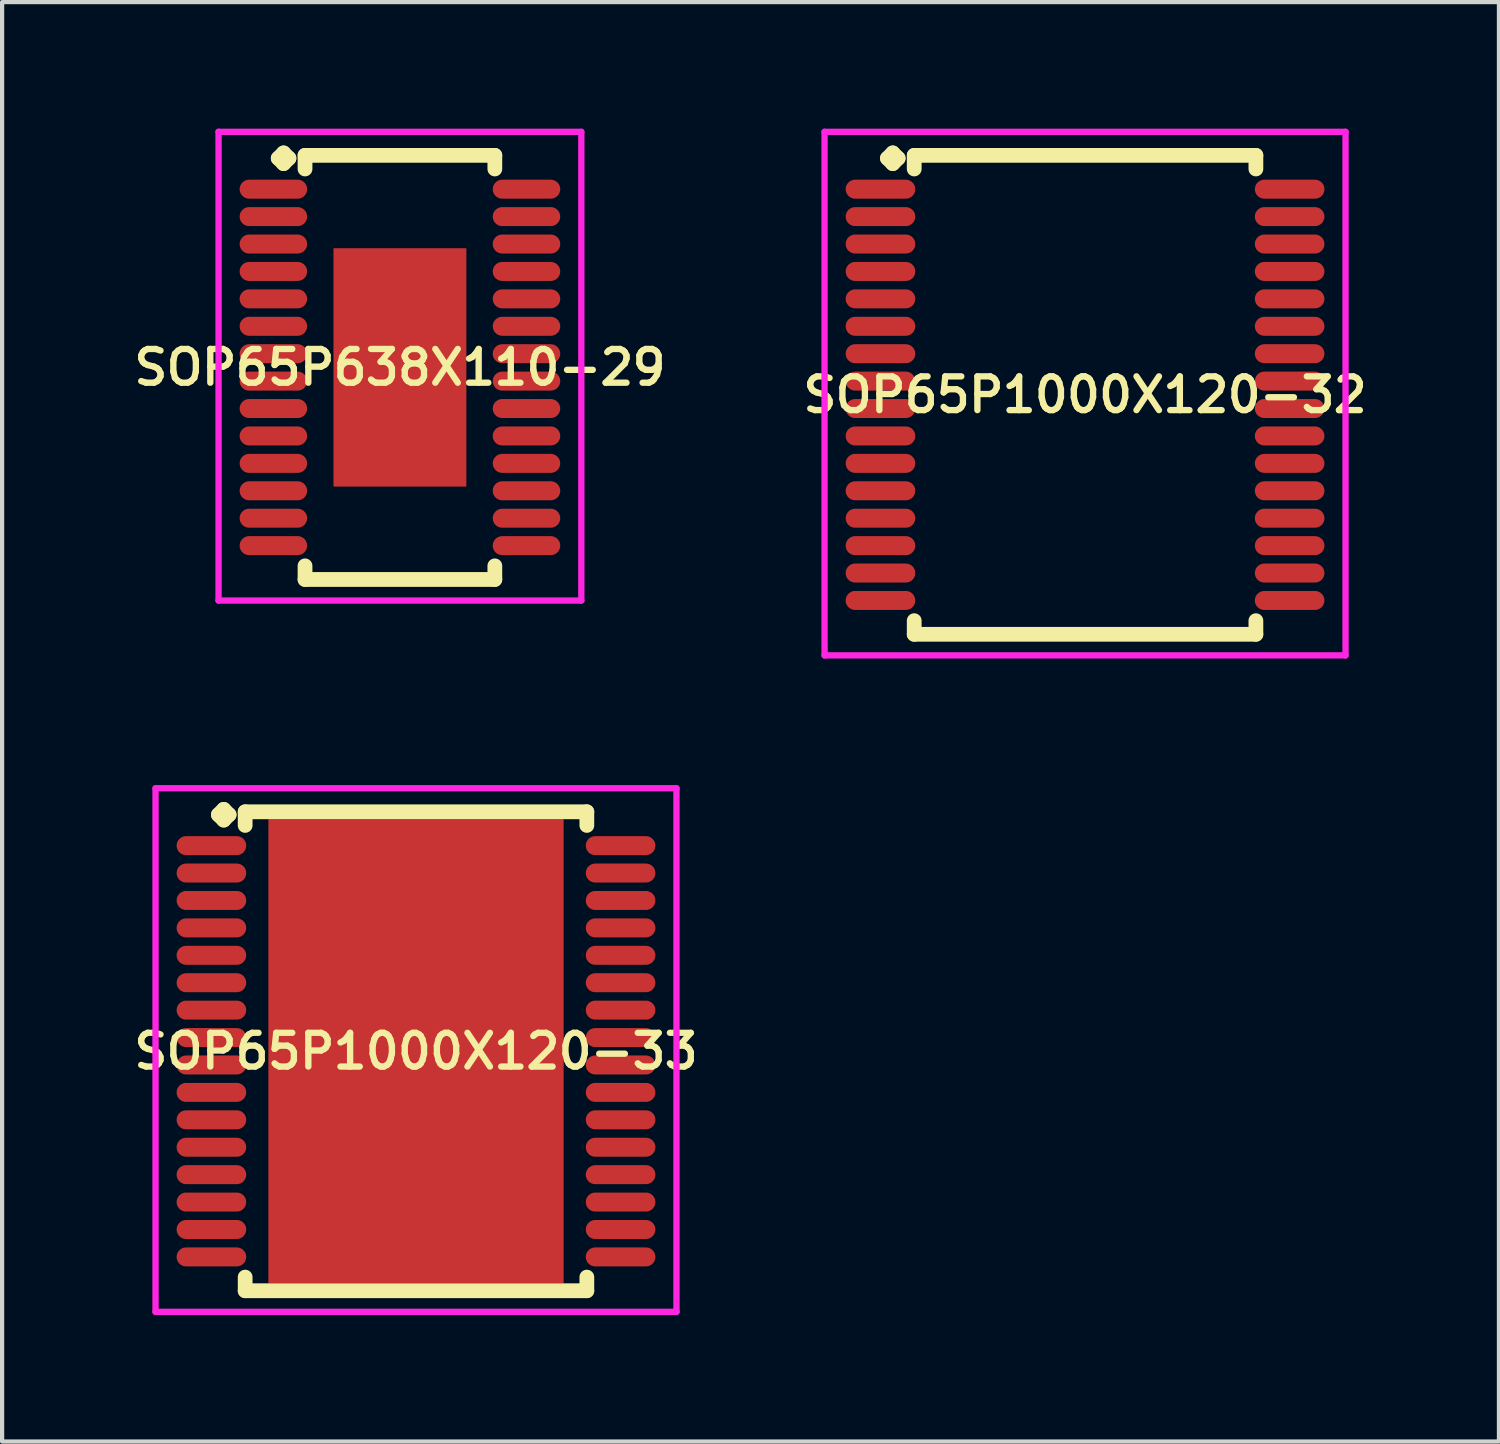
<source format=kicad_pcb>
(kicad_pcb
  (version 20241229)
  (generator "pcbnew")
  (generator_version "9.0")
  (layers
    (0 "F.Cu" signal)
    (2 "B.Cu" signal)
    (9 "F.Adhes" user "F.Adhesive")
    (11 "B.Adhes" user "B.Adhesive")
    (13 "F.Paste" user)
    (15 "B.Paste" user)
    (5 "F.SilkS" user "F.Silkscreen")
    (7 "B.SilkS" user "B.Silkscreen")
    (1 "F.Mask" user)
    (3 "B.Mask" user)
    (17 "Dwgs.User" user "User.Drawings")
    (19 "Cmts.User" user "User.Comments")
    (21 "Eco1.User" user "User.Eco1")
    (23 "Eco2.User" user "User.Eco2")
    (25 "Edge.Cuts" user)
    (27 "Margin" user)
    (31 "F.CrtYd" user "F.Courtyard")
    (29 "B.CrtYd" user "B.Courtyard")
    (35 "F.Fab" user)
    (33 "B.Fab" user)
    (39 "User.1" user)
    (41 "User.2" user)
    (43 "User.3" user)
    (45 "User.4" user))
  (footprint "SOP65P1000X120-33"
    (layer "F.Cu")
    (at 6.812 21.872)
    (property "Reference" "SOP65P1000X120-33" (at 0 0 0) (layer "F.SilkS") (effects (font (size 0.8 0.8) (thickness 0.15))))
    (attr smd)
    (fp_line (start -4.685 -5.608) (end -4.558 -5.735) (stroke (width 0.35) (type solid)) (layer "F.SilkS"))
    (fp_line (start -4.558 -5.735) (end -4.431 -5.608) (stroke (width 0.35) (type solid)) (layer "F.SilkS"))
    (fp_line (start -4.558 -5.481) (end -4.685 -5.608) (stroke (width 0.35) (type solid)) (layer "F.SilkS"))
    (fp_line (start -4.431 -5.608) (end -4.558 -5.481) (stroke (width 0.35) (type solid)) (layer "F.SilkS"))
    (fp_line (start -4.05 -5.677) (end 4.05 -5.677) (stroke (width 0.35) (type solid)) (layer "F.SilkS"))
    (fp_line (start -4.05 -5.354) (end -4.05 -5.677) (stroke (width 0.35) (type solid)) (layer "F.SilkS"))
    (fp_line (start -4.05 5.354) (end -4.05 5.677) (stroke (width 0.35) (type solid)) (layer "F.SilkS"))
    (fp_line (start -4.05 5.677) (end 4.05 5.677) (stroke (width 0.35) (type solid)) (layer "F.SilkS"))
    (fp_line (start 4.05 -5.677) (end 4.05 -5.354) (stroke (width 0.35) (type solid)) (layer "F.SilkS"))
    (fp_line (start 4.05 5.677) (end 4.05 5.354) (stroke (width 0.35) (type solid)) (layer "F.SilkS"))
    (fp_line (start -6.175 -6.235) (end 6.175 -6.235) (stroke (width 0.15) (type solid)) (layer "F.CrtYd"))
    (fp_line (start -6.175 6.177) (end -6.175 -6.235) (stroke (width 0.15) (type solid)) (layer "F.CrtYd"))
    (fp_line (start 6.175 -6.235) (end 6.175 6.177) (stroke (width 0.15) (type solid)) (layer "F.CrtYd"))
    (fp_line (start 6.175 6.177) (end -6.175 6.177) (stroke (width 0.15) (type solid)) (layer "F.CrtYd"))
    (pad "1" smd oval (at -4.85 -4.875) (size 1.65 0.45) (layers "F.Cu" "F.Mask" "F.Paste"))
    (pad "2" smd oval (at -4.85 -4.225) (size 1.65 0.45) (layers "F.Cu" "F.Mask" "F.Paste"))
    (pad "3" smd oval (at -4.85 -3.575) (size 1.65 0.45) (layers "F.Cu" "F.Mask" "F.Paste"))
    (pad "4" smd oval (at -4.85 -2.925) (size 1.65 0.45) (layers "F.Cu" "F.Mask" "F.Paste"))
    (pad "5" smd oval (at -4.85 -2.275) (size 1.65 0.45) (layers "F.Cu" "F.Mask" "F.Paste"))
    (pad "6" smd oval (at -4.85 -1.625) (size 1.65 0.45) (layers "F.Cu" "F.Mask" "F.Paste"))
    (pad "7" smd oval (at -4.85 -0.975) (size 1.65 0.45) (layers "F.Cu" "F.Mask" "F.Paste"))
    (pad "8" smd oval (at -4.85 -0.325) (size 1.65 0.45) (layers "F.Cu" "F.Mask" "F.Paste"))
    (pad "9" smd oval (at -4.85 0.325) (size 1.65 0.45) (layers "F.Cu" "F.Mask" "F.Paste"))
    (pad "10" smd oval (at -4.85 0.975) (size 1.65 0.45) (layers "F.Cu" "F.Mask" "F.Paste"))
    (pad "11" smd oval (at -4.85 1.625) (size 1.65 0.45) (layers "F.Cu" "F.Mask" "F.Paste"))
    (pad "12" smd oval (at -4.85 2.275) (size 1.65 0.45) (layers "F.Cu" "F.Mask" "F.Paste"))
    (pad "13" smd oval (at -4.85 2.925) (size 1.65 0.45) (layers "F.Cu" "F.Mask" "F.Paste"))
    (pad "14" smd oval (at -4.85 3.575) (size 1.65 0.45) (layers "F.Cu" "F.Mask" "F.Paste"))
    (pad "15" smd oval (at -4.85 4.225) (size 1.65 0.45) (layers "F.Cu" "F.Mask" "F.Paste"))
    (pad "16" smd oval (at -4.85 4.875) (size 1.65 0.45) (layers "F.Cu" "F.Mask" "F.Paste"))
    (pad "17" smd oval (at 4.85 4.875) (size 1.65 0.45) (layers "F.Cu" "F.Mask" "F.Paste"))
    (pad "18" smd oval (at 4.85 4.225) (size 1.65 0.45) (layers "F.Cu" "F.Mask" "F.Paste"))
    (pad "19" smd oval (at 4.85 3.575) (size 1.65 0.45) (layers "F.Cu" "F.Mask" "F.Paste"))
    (pad "20" smd oval (at 4.85 2.925) (size 1.65 0.45) (layers "F.Cu" "F.Mask" "F.Paste"))
    (pad "21" smd oval (at 4.85 2.275) (size 1.65 0.45) (layers "F.Cu" "F.Mask" "F.Paste"))
    (pad "22" smd oval (at 4.85 1.625) (size 1.65 0.45) (layers "F.Cu" "F.Mask" "F.Paste"))
    (pad "23" smd oval (at 4.85 0.975) (size 1.65 0.45) (layers "F.Cu" "F.Mask" "F.Paste"))
    (pad "24" smd oval (at 4.85 0.325) (size 1.65 0.45) (layers "F.Cu" "F.Mask" "F.Paste"))
    (pad "25" smd oval (at 4.85 -0.325) (size 1.65 0.45) (layers "F.Cu" "F.Mask" "F.Paste"))
    (pad "26" smd oval (at 4.85 -0.975) (size 1.65 0.45) (layers "F.Cu" "F.Mask" "F.Paste"))
    (pad "27" smd oval (at 4.85 -1.625) (size 1.65 0.45) (layers "F.Cu" "F.Mask" "F.Paste"))
    (pad "28" smd oval (at 4.85 -2.275) (size 1.65 0.45) (layers "F.Cu" "F.Mask" "F.Paste"))
    (pad "29" smd oval (at 4.85 -2.925) (size 1.65 0.45) (layers "F.Cu" "F.Mask" "F.Paste"))
    (pad "30" smd oval (at 4.85 -3.575) (size 1.65 0.45) (layers "F.Cu" "F.Mask" "F.Paste"))
    (pad "31" smd oval (at 4.85 -4.225) (size 1.65 0.45) (layers "F.Cu" "F.Mask" "F.Paste"))
    (pad "32" smd oval (at 4.85 -4.875) (size 1.65 0.45) (layers "F.Cu" "F.Mask" "F.Paste"))
    (pad "33" smd rect (at 0 0) (size 7 11) (layers "F.Cu" "F.Mask" "F.Paste")))
  (footprint "SOP65P638X110-29"
    (layer "F.Cu")
    (at 6.431 5.66)
    (property "Reference" "SOP65P638X110-29" (at 0 0 0) (layer "F.SilkS") (effects (font (size 0.8 0.8) (thickness 0.15))))
    (attr smd)
    (fp_line (start -2.885 -4.958) (end -2.758 -5.085) (stroke (width 0.35) (type solid)) (layer "F.SilkS"))
    (fp_line (start -2.758 -5.085) (end -2.631 -4.958) (stroke (width 0.35) (type solid)) (layer "F.SilkS"))
    (fp_line (start -2.758 -4.831) (end -2.885 -4.958) (stroke (width 0.35) (type solid)) (layer "F.SilkS"))
    (fp_line (start -2.631 -4.958) (end -2.758 -4.831) (stroke (width 0.35) (type solid)) (layer "F.SilkS"))
    (fp_line (start -2.25 -5.027) (end 2.25 -5.027) (stroke (width 0.35) (type solid)) (layer "F.SilkS"))
    (fp_line (start -2.25 -4.704) (end -2.25 -5.027) (stroke (width 0.35) (type solid)) (layer "F.SilkS"))
    (fp_line (start -2.25 4.704) (end -2.25 5.027) (stroke (width 0.35) (type solid)) (layer "F.SilkS"))
    (fp_line (start -2.25 5.027) (end 2.25 5.027) (stroke (width 0.35) (type solid)) (layer "F.SilkS"))
    (fp_line (start 2.25 -5.027) (end 2.25 -4.704) (stroke (width 0.35) (type solid)) (layer "F.SilkS"))
    (fp_line (start 2.25 5.027) (end 2.25 4.704) (stroke (width 0.35) (type solid)) (layer "F.SilkS"))
    (fp_line (start -4.3 -5.585) (end 4.3 -5.585) (stroke (width 0.15) (type solid)) (layer "F.CrtYd"))
    (fp_line (start -4.3 5.527) (end -4.3 -5.585) (stroke (width 0.15) (type solid)) (layer "F.CrtYd"))
    (fp_line (start 4.3 -5.585) (end 4.3 5.527) (stroke (width 0.15) (type solid)) (layer "F.CrtYd"))
    (fp_line (start 4.3 5.527) (end -4.3 5.527) (stroke (width 0.15) (type solid)) (layer "F.CrtYd"))
    (pad "1" smd oval (at -3 -4.225) (size 1.6 0.45) (layers "F.Cu" "F.Mask" "F.Paste"))
    (pad "2" smd oval (at -3 -3.575) (size 1.6 0.45) (layers "F.Cu" "F.Mask" "F.Paste"))
    (pad "3" smd oval (at -3 -2.925) (size 1.6 0.45) (layers "F.Cu" "F.Mask" "F.Paste"))
    (pad "4" smd oval (at -3 -2.275) (size 1.6 0.45) (layers "F.Cu" "F.Mask" "F.Paste"))
    (pad "5" smd oval (at -3 -1.625) (size 1.6 0.45) (layers "F.Cu" "F.Mask" "F.Paste"))
    (pad "6" smd oval (at -3 -0.975) (size 1.6 0.45) (layers "F.Cu" "F.Mask" "F.Paste"))
    (pad "7" smd oval (at -3 -0.325) (size 1.6 0.45) (layers "F.Cu" "F.Mask" "F.Paste"))
    (pad "8" smd oval (at -3 0.325) (size 1.6 0.45) (layers "F.Cu" "F.Mask" "F.Paste"))
    (pad "9" smd oval (at -3 0.975) (size 1.6 0.45) (layers "F.Cu" "F.Mask" "F.Paste"))
    (pad "10" smd oval (at -3 1.625) (size 1.6 0.45) (layers "F.Cu" "F.Mask" "F.Paste"))
    (pad "11" smd oval (at -3 2.275) (size 1.6 0.45) (layers "F.Cu" "F.Mask" "F.Paste"))
    (pad "12" smd oval (at -3 2.925) (size 1.6 0.45) (layers "F.Cu" "F.Mask" "F.Paste"))
    (pad "13" smd oval (at -3 3.575) (size 1.6 0.45) (layers "F.Cu" "F.Mask" "F.Paste"))
    (pad "14" smd oval (at -3 4.225) (size 1.6 0.45) (layers "F.Cu" "F.Mask" "F.Paste"))
    (pad "15" smd oval (at 3 4.225) (size 1.6 0.45) (layers "F.Cu" "F.Mask" "F.Paste"))
    (pad "16" smd oval (at 3 3.575) (size 1.6 0.45) (layers "F.Cu" "F.Mask" "F.Paste"))
    (pad "17" smd oval (at 3 2.925) (size 1.6 0.45) (layers "F.Cu" "F.Mask" "F.Paste"))
    (pad "18" smd oval (at 3 2.275) (size 1.6 0.45) (layers "F.Cu" "F.Mask" "F.Paste"))
    (pad "19" smd oval (at 3 1.625) (size 1.6 0.45) (layers "F.Cu" "F.Mask" "F.Paste"))
    (pad "20" smd oval (at 3 0.975) (size 1.6 0.45) (layers "F.Cu" "F.Mask" "F.Paste"))
    (pad "21" smd oval (at 3 0.325) (size 1.6 0.45) (layers "F.Cu" "F.Mask" "F.Paste"))
    (pad "22" smd oval (at 3 -0.325) (size 1.6 0.45) (layers "F.Cu" "F.Mask" "F.Paste"))
    (pad "23" smd oval (at 3 -0.975) (size 1.6 0.45) (layers "F.Cu" "F.Mask" "F.Paste"))
    (pad "24" smd oval (at 3 -1.625) (size 1.6 0.45) (layers "F.Cu" "F.Mask" "F.Paste"))
    (pad "25" smd oval (at 3 -2.275) (size 1.6 0.45) (layers "F.Cu" "F.Mask" "F.Paste"))
    (pad "26" smd oval (at 3 -2.925) (size 1.6 0.45) (layers "F.Cu" "F.Mask" "F.Paste"))
    (pad "27" smd oval (at 3 -3.575) (size 1.6 0.45) (layers "F.Cu" "F.Mask" "F.Paste"))
    (pad "28" smd oval (at 3 -4.225) (size 1.6 0.45) (layers "F.Cu" "F.Mask" "F.Paste"))
    (pad "29" smd rect (at 0 0) (size 3.15 5.65) (layers "F.Cu" "F.Mask" "F.Paste")))
  (footprint "SOP65P1000X120-32"
    (layer "F.Cu")
    (at 22.673 6.31)
    (property "Reference" "SOP65P1000X120-32" (at 0 0 0) (layer "F.SilkS") (effects (font (size 0.8 0.8) (thickness 0.15))))
    (attr smd)
    (fp_line (start -4.685 -5.608) (end -4.558 -5.735) (stroke (width 0.35) (type solid)) (layer "F.SilkS"))
    (fp_line (start -4.558 -5.735) (end -4.431 -5.608) (stroke (width 0.35) (type solid)) (layer "F.SilkS"))
    (fp_line (start -4.558 -5.481) (end -4.685 -5.608) (stroke (width 0.35) (type solid)) (layer "F.SilkS"))
    (fp_line (start -4.431 -5.608) (end -4.558 -5.481) (stroke (width 0.35) (type solid)) (layer "F.SilkS"))
    (fp_line (start -4.05 -5.677) (end 4.05 -5.677) (stroke (width 0.35) (type solid)) (layer "F.SilkS"))
    (fp_line (start -4.05 -5.354) (end -4.05 -5.677) (stroke (width 0.35) (type solid)) (layer "F.SilkS"))
    (fp_line (start -4.05 5.354) (end -4.05 5.677) (stroke (width 0.35) (type solid)) (layer "F.SilkS"))
    (fp_line (start -4.05 5.677) (end 4.05 5.677) (stroke (width 0.35) (type solid)) (layer "F.SilkS"))
    (fp_line (start 4.05 -5.677) (end 4.05 -5.354) (stroke (width 0.35) (type solid)) (layer "F.SilkS"))
    (fp_line (start 4.05 5.677) (end 4.05 5.354) (stroke (width 0.35) (type solid)) (layer "F.SilkS"))
    (fp_line (start -6.175 -6.235) (end 6.175 -6.235) (stroke (width 0.15) (type solid)) (layer "F.CrtYd"))
    (fp_line (start -6.175 6.177) (end -6.175 -6.235) (stroke (width 0.15) (type solid)) (layer "F.CrtYd"))
    (fp_line (start 6.175 -6.235) (end 6.175 6.177) (stroke (width 0.15) (type solid)) (layer "F.CrtYd"))
    (fp_line (start 6.175 6.177) (end -6.175 6.177) (stroke (width 0.15) (type solid)) (layer "F.CrtYd"))
    (pad "1" smd oval (at -4.85 -4.875) (size 1.65 0.45) (layers "F.Cu" "F.Mask" "F.Paste"))
    (pad "2" smd oval (at -4.85 -4.225) (size 1.65 0.45) (layers "F.Cu" "F.Mask" "F.Paste"))
    (pad "3" smd oval (at -4.85 -3.575) (size 1.65 0.45) (layers "F.Cu" "F.Mask" "F.Paste"))
    (pad "4" smd oval (at -4.85 -2.925) (size 1.65 0.45) (layers "F.Cu" "F.Mask" "F.Paste"))
    (pad "5" smd oval (at -4.85 -2.275) (size 1.65 0.45) (layers "F.Cu" "F.Mask" "F.Paste"))
    (pad "6" smd oval (at -4.85 -1.625) (size 1.65 0.45) (layers "F.Cu" "F.Mask" "F.Paste"))
    (pad "7" smd oval (at -4.85 -0.975) (size 1.65 0.45) (layers "F.Cu" "F.Mask" "F.Paste"))
    (pad "8" smd oval (at -4.85 -0.325) (size 1.65 0.45) (layers "F.Cu" "F.Mask" "F.Paste"))
    (pad "9" smd oval (at -4.85 0.325) (size 1.65 0.45) (layers "F.Cu" "F.Mask" "F.Paste"))
    (pad "10" smd oval (at -4.85 0.975) (size 1.65 0.45) (layers "F.Cu" "F.Mask" "F.Paste"))
    (pad "11" smd oval (at -4.85 1.625) (size 1.65 0.45) (layers "F.Cu" "F.Mask" "F.Paste"))
    (pad "12" smd oval (at -4.85 2.275) (size 1.65 0.45) (layers "F.Cu" "F.Mask" "F.Paste"))
    (pad "13" smd oval (at -4.85 2.925) (size 1.65 0.45) (layers "F.Cu" "F.Mask" "F.Paste"))
    (pad "14" smd oval (at -4.85 3.575) (size 1.65 0.45) (layers "F.Cu" "F.Mask" "F.Paste"))
    (pad "15" smd oval (at -4.85 4.225) (size 1.65 0.45) (layers "F.Cu" "F.Mask" "F.Paste"))
    (pad "16" smd oval (at -4.85 4.875) (size 1.65 0.45) (layers "F.Cu" "F.Mask" "F.Paste"))
    (pad "17" smd oval (at 4.85 4.875) (size 1.65 0.45) (layers "F.Cu" "F.Mask" "F.Paste"))
    (pad "18" smd oval (at 4.85 4.225) (size 1.65 0.45) (layers "F.Cu" "F.Mask" "F.Paste"))
    (pad "19" smd oval (at 4.85 3.575) (size 1.65 0.45) (layers "F.Cu" "F.Mask" "F.Paste"))
    (pad "20" smd oval (at 4.85 2.925) (size 1.65 0.45) (layers "F.Cu" "F.Mask" "F.Paste"))
    (pad "21" smd oval (at 4.85 2.275) (size 1.65 0.45) (layers "F.Cu" "F.Mask" "F.Paste"))
    (pad "22" smd oval (at 4.85 1.625) (size 1.65 0.45) (layers "F.Cu" "F.Mask" "F.Paste"))
    (pad "23" smd oval (at 4.85 0.975) (size 1.65 0.45) (layers "F.Cu" "F.Mask" "F.Paste"))
    (pad "24" smd oval (at 4.85 0.325) (size 1.65 0.45) (layers "F.Cu" "F.Mask" "F.Paste"))
    (pad "25" smd oval (at 4.85 -0.325) (size 1.65 0.45) (layers "F.Cu" "F.Mask" "F.Paste"))
    (pad "26" smd oval (at 4.85 -0.975) (size 1.65 0.45) (layers "F.Cu" "F.Mask" "F.Paste"))
    (pad "27" smd oval (at 4.85 -1.625) (size 1.65 0.45) (layers "F.Cu" "F.Mask" "F.Paste"))
    (pad "28" smd oval (at 4.85 -2.275) (size 1.65 0.45) (layers "F.Cu" "F.Mask" "F.Paste"))
    (pad "29" smd oval (at 4.85 -2.925) (size 1.65 0.45) (layers "F.Cu" "F.Mask" "F.Paste"))
    (pad "30" smd oval (at 4.85 -3.575) (size 1.65 0.45) (layers "F.Cu" "F.Mask" "F.Paste"))
    (pad "31" smd oval (at 4.85 -4.225) (size 1.65 0.45) (layers "F.Cu" "F.Mask" "F.Paste"))
    (pad "32" smd oval (at 4.85 -4.875) (size 1.65 0.45) (layers "F.Cu" "F.Mask" "F.Paste")))
  (gr_rect
    (start -3 -3)
    (end 32.485 31.124)
    (stroke (width 0.1) (type default))
    (fill no)
    (layer "Edge.Cuts")))
</source>
